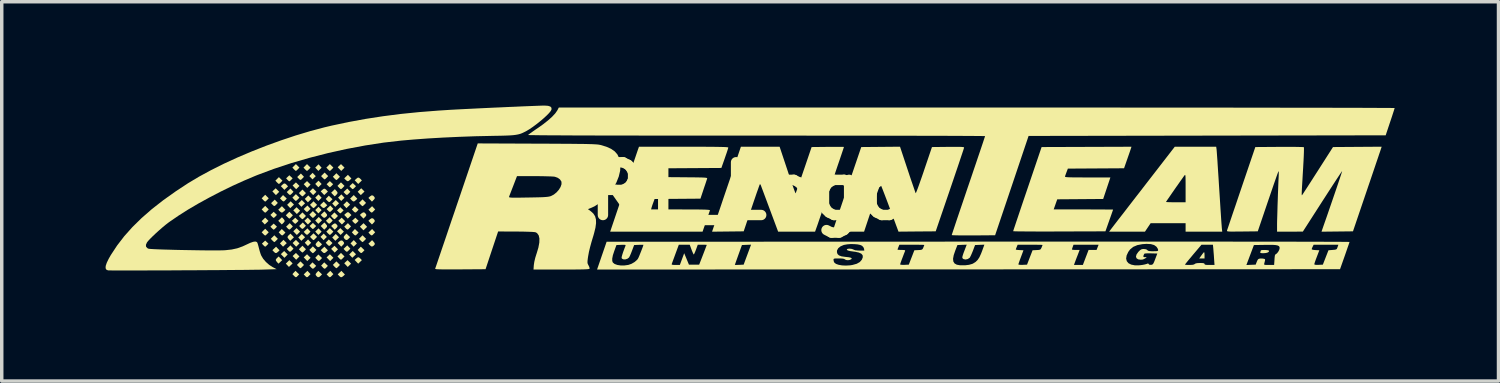
<source format=kicad_pcb>
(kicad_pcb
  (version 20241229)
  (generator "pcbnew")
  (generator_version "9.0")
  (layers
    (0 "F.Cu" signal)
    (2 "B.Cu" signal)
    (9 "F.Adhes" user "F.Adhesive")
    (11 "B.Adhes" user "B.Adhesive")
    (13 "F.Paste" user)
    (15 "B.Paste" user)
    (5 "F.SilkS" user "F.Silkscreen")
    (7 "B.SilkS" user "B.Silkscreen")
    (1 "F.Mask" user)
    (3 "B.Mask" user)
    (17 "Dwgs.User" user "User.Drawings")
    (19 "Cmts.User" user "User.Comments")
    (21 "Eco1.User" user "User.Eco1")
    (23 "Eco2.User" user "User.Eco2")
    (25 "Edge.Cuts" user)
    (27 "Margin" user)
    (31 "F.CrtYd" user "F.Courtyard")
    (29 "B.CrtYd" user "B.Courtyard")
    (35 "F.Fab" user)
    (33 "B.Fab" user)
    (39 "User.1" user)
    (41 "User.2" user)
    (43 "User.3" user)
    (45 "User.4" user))
  (footprint "RT_Logo"
    (layer "F.Cu")
    (at 18.613 2.472)
    (property "Reference" "RT_Logo" (at 0 0 0) (layer "F.SilkS") (effects (font (size 1.524 1.524) (thickness 0.3))))
    (attr board_only exclude_from_pos_files exclude_from_bom)
    (fp_poly (pts (xy -13.907 0.86) (xy -13.96 0.912) (xy -14.014 0.963) (xy -14.059 0.915) (xy -14.104 0.867) (xy -14.002 0.765)) (stroke (width 0) (type solid)) (fill yes) (layer "F.SilkS"))
    (fp_poly (pts (xy -13.379 1.502) (xy -13.432 1.553) (xy -13.486 1.604) (xy -13.531 1.557) (xy -13.576 1.509) (xy -13.474 1.407)) (stroke (width 0) (type solid)) (fill yes) (layer "F.SilkS"))
    (fp_poly (pts (xy -13.352 1.83) (xy -13.447 1.926) (xy -13.498 1.872) (xy -13.55 1.819) (xy -13.502 1.774) (xy -13.454 1.729)) (stroke (width 0) (type solid)) (fill yes) (layer "F.SilkS"))
    (fp_poly (pts (xy -13.209 2.087) (xy -13.262 2.138) (xy -13.316 2.189) (xy -13.361 2.142) (xy -13.406 2.094) (xy -13.304 1.992)) (stroke (width 0) (type solid)) (fill yes) (layer "F.SilkS"))
    (fp_poly (pts (xy -13.171 0.388) (xy -13.225 0.44) (xy -13.278 0.491) (xy -13.323 0.443) (xy -13.368 0.395) (xy -13.266 0.293)) (stroke (width 0) (type solid)) (fill yes) (layer "F.SilkS"))
    (fp_poly (pts (xy -13.063 -0.202) (xy -13.012 -0.151) (xy -13.107 -0.056) (xy -13.159 -0.109) (xy -13.21 -0.163) (xy -13.114 -0.253)) (stroke (width 0) (type solid)) (fill yes) (layer "F.SilkS"))
    (fp_poly (pts (xy -13.063 1.459) (xy -13.012 1.51) (xy -13.107 1.605) (xy -13.159 1.551) (xy -13.21 1.498) (xy -13.114 1.408)) (stroke (width 0) (type solid)) (fill yes) (layer "F.SilkS"))
    (fp_poly (pts (xy -13.012 1.887) (xy -13.06 1.935) (xy -13.107 1.982) (xy -13.21 1.875) (xy -13.162 1.83) (xy -13.114 1.785)) (stroke (width 0) (type solid)) (fill yes) (layer "F.SilkS"))
    (fp_poly (pts (xy -12.85 0.351) (xy -12.904 0.402) (xy -12.957 0.453) (xy -13.002 0.405) (xy -13.047 0.358) (xy -12.945 0.256)) (stroke (width 0) (type solid)) (fill yes) (layer "F.SilkS"))
    (fp_poly (pts (xy -12.661 0.219) (xy -12.715 0.27) (xy -12.769 0.321) (xy -12.814 0.273) (xy -12.859 0.225) (xy -12.757 0.124)) (stroke (width 0) (type solid)) (fill yes) (layer "F.SilkS"))
    (fp_poly (pts (xy -12.522 0.019) (xy -12.617 0.114) (xy -12.668 0.06) (xy -12.719 0.007) (xy -12.671 -0.038) (xy -12.623 -0.083)) (stroke (width 0) (type solid)) (fill yes) (layer "F.SilkS"))
    (fp_poly (pts (xy -12.417 -0.727) (xy -12.372 -0.678) (xy -12.466 -0.584) (xy -12.511 -0.632) (xy -12.557 -0.68) (xy -12.462 -0.775)) (stroke (width 0) (type solid)) (fill yes) (layer "F.SilkS"))
    (fp_poly (pts (xy -12.417 -0.255) (xy -12.372 -0.207) (xy -12.466 -0.112) (xy -12.511 -0.16) (xy -12.557 -0.209) (xy -12.462 -0.303)) (stroke (width 0) (type solid)) (fill yes) (layer "F.SilkS"))
    (fp_poly (pts (xy -12.082 1.874) (xy -12.031 1.925) (xy -12.126 2.02) (xy -12.177 1.966) (xy -12.229 1.913) (xy -12.133 1.823)) (stroke (width 0) (type solid)) (fill yes) (layer "F.SilkS"))
    (fp_poly (pts (xy -11.899 1.679) (xy -11.946 1.727) (xy -11.994 1.775) (xy -12.097 1.668) (xy -12.049 1.623) (xy -12.001 1.578)) (stroke (width 0) (type solid)) (fill yes) (layer "F.SilkS"))
    (fp_poly (pts (xy -11.869 0.351) (xy -11.922 0.402) (xy -11.976 0.453) (xy -12.021 0.405) (xy -12.066 0.358) (xy -11.964 0.256)) (stroke (width 0) (type solid)) (fill yes) (layer "F.SilkS"))
    (fp_poly (pts (xy -11.742 0.817) (xy -11.691 0.868) (xy -11.786 0.963) (xy -11.838 0.91) (xy -11.889 0.856) (xy -11.793 0.766)) (stroke (width 0) (type solid)) (fill yes) (layer "F.SilkS"))
    (fp_poly (pts (xy -11.548 0.388) (xy -11.602 0.44) (xy -11.655 0.491) (xy -11.745 0.395) (xy -11.694 0.344) (xy -11.643 0.293)) (stroke (width 0) (type solid)) (fill yes) (layer "F.SilkS"))
    (fp_poly (pts (xy -11.133 0.011) (xy -11.186 0.062) (xy -11.24 0.114) (xy -11.285 0.066) (xy -11.33 0.018) (xy -11.228 -0.084)) (stroke (width 0) (type solid)) (fill yes) (layer "F.SilkS"))
    (fp_poly (pts (xy -13.648 -0.032) (xy -13.597 0.019) (xy -13.692 0.114) (xy -13.744 0.06) (xy -13.795 0.007) (xy -13.747 -0.038) (xy -13.699 -0.083)) (stroke (width 0) (type solid)) (fill yes) (layer "F.SilkS"))
    (fp_poly (pts (xy -13.044 0.515) (xy -12.993 0.566) (xy -13.041 0.614) (xy -13.088 0.661) (xy -13.191 0.554) (xy -13.143 0.509) (xy -13.095 0.464)) (stroke (width 0) (type solid)) (fill yes) (layer "F.SilkS"))
    (fp_poly (pts (xy -13.044 1.119) (xy -12.993 1.17) (xy -13.088 1.265) (xy -13.14 1.212) (xy -13.191 1.158) (xy -13.143 1.113) (xy -13.095 1.068)) (stroke (width 0) (type solid)) (fill yes) (layer "F.SilkS"))
    (fp_poly (pts (xy -12.85 1.332) (xy -12.904 1.383) (xy -12.957 1.435) (xy -13.002 1.387) (xy -13.047 1.339) (xy -12.996 1.288) (xy -12.945 1.237)) (stroke (width 0) (type solid)) (fill yes) (layer "F.SilkS"))
    (fp_poly (pts (xy -12.742 -0.24) (xy -12.691 -0.189) (xy -12.787 -0.094) (xy -12.838 -0.147) (xy -12.889 -0.201) (xy -12.841 -0.246) (xy -12.793 -0.291)) (stroke (width 0) (type solid)) (fill yes) (layer "F.SilkS"))
    (fp_poly (pts (xy -12.742 1.874) (xy -12.691 1.925) (xy -12.787 2.02) (xy -12.838 1.966) (xy -12.889 1.913) (xy -12.841 1.868) (xy -12.793 1.823)) (stroke (width 0) (type solid)) (fill yes) (layer "F.SilkS"))
    (fp_poly (pts (xy -12.724 0.817) (xy -12.673 0.868) (xy -12.768 0.963) (xy -12.819 0.91) (xy -12.87 0.856) (xy -12.822 0.811) (xy -12.774 0.766)) (stroke (width 0) (type solid)) (fill yes) (layer "F.SilkS"))
    (fp_poly (pts (xy -12.719 1.444) (xy -12.674 1.492) (xy -12.721 1.539) (xy -12.768 1.586) (xy -12.813 1.538) (xy -12.859 1.49) (xy -12.764 1.395)) (stroke (width 0) (type solid)) (fill yes) (layer "F.SilkS"))
    (fp_poly (pts (xy -12.587 -0.481) (xy -12.541 -0.433) (xy -12.636 -0.339) (xy -12.681 -0.387) (xy -12.726 -0.435) (xy -12.679 -0.482) (xy -12.632 -0.529)) (stroke (width 0) (type solid)) (fill yes) (layer "F.SilkS"))
    (fp_poly (pts (xy -12.417 0.142) (xy -12.372 0.19) (xy -12.466 0.284) (xy -12.511 0.236) (xy -12.557 0.188) (xy -12.509 0.14) (xy -12.462 0.093)) (stroke (width 0) (type solid)) (fill yes) (layer "F.SilkS"))
    (fp_poly (pts (xy -12.417 0.5) (xy -12.372 0.548) (xy -12.466 0.643) (xy -12.511 0.594) (xy -12.557 0.546) (xy -12.509 0.499) (xy -12.462 0.452)) (stroke (width 0) (type solid)) (fill yes) (layer "F.SilkS"))
    (fp_poly (pts (xy -12.417 1.123) (xy -12.372 1.171) (xy -12.466 1.265) (xy -12.511 1.217) (xy -12.557 1.169) (xy -12.509 1.122) (xy -12.462 1.075)) (stroke (width 0) (type solid)) (fill yes) (layer "F.SilkS"))
    (fp_poly (pts (xy -12.36 0.841) (xy -12.413 0.893) (xy -12.467 0.944) (xy -12.512 0.896) (xy -12.557 0.848) (xy -12.506 0.797) (xy -12.455 0.746)) (stroke (width 0) (type solid)) (fill yes) (layer "F.SilkS"))
    (fp_poly (pts (xy -11.869 1.332) (xy -11.922 1.383) (xy -11.976 1.435) (xy -12.021 1.387) (xy -12.066 1.339) (xy -12.015 1.288) (xy -11.964 1.237)) (stroke (width 0) (type solid)) (fill yes) (layer "F.SilkS"))
    (fp_poly (pts (xy -11.78 1.119) (xy -11.729 1.17) (xy -11.824 1.265) (xy -11.875 1.212) (xy -11.927 1.158) (xy -11.879 1.113) (xy -11.831 1.068)) (stroke (width 0) (type solid)) (fill yes) (layer "F.SilkS"))
    (fp_poly (pts (xy -11.761 -0.73) (xy -11.71 -0.679) (xy -11.805 -0.584) (xy -11.857 -0.638) (xy -11.908 -0.691) (xy -11.86 -0.736) (xy -11.812 -0.781)) (stroke (width 0) (type solid)) (fill yes) (layer "F.SilkS"))
    (fp_poly (pts (xy -11.756 0.142) (xy -11.711 0.19) (xy -11.806 0.284) (xy -11.851 0.236) (xy -11.896 0.188) (xy -11.849 0.14) (xy -11.802 0.093)) (stroke (width 0) (type solid)) (fill yes) (layer "F.SilkS"))
    (fp_poly (pts (xy -11.572 2.044) (xy -11.521 2.095) (xy -11.569 2.142) (xy -11.617 2.19) (xy -11.719 2.083) (xy -11.671 2.038) (xy -11.623 1.993)) (stroke (width 0) (type solid)) (fill yes) (layer "F.SilkS"))
    (fp_poly (pts (xy -11.426 1.775) (xy -11.378 1.823) (xy -11.485 1.925) (xy -11.53 1.877) (xy -11.575 1.829) (xy -11.524 1.778) (xy -11.473 1.728)) (stroke (width 0) (type solid)) (fill yes) (layer "F.SilkS"))
    (fp_poly (pts (xy -11.398 1.462) (xy -11.353 1.511) (xy -11.447 1.605) (xy -11.492 1.557) (xy -11.538 1.509) (xy -11.49 1.461) (xy -11.443 1.414)) (stroke (width 0) (type solid)) (fill yes) (layer "F.SilkS"))
    (fp_poly (pts (xy -13.417 1.196) (xy -13.458 1.24) (xy -13.493 1.273) (xy -13.518 1.279) (xy -13.548 1.257) (xy -13.568 1.236) (xy -13.612 1.189) (xy -13.523 1.094)) (stroke (width 0) (type solid)) (fill yes) (layer "F.SilkS"))
    (fp_poly (pts (xy -12.266 1.274) (xy -12.221 1.322) (xy -12.268 1.369) (xy -12.315 1.416) (xy -12.36 1.368) (xy -12.406 1.32) (xy -12.358 1.273) (xy -12.311 1.226)) (stroke (width 0) (type solid)) (fill yes) (layer "F.SilkS"))
    (fp_poly (pts (xy -12.052 0.849) (xy -12.096 0.896) (xy -12.133 0.932) (xy -12.159 0.939) (xy -12.187 0.919) (xy -12.206 0.9) (xy -12.247 0.856) (xy -12.141 0.754)) (stroke (width 0) (type solid)) (fill yes) (layer "F.SilkS"))
    (fp_poly (pts (xy -11.109 0.978) (xy -11.058 1.031) (xy -11.111 1.082) (xy -11.164 1.132) (xy -11.215 1.079) (xy -11.266 1.026) (xy -11.213 0.975) (xy -11.16 0.925)) (stroke (width 0) (type solid)) (fill yes) (layer "F.SilkS"))
    (fp_poly (pts (xy -13.681 0.292) (xy -13.637 0.34) (xy -13.681 0.387) (xy -13.718 0.422) (xy -13.744 0.43) (xy -13.772 0.41) (xy -13.791 0.39) (xy -13.832 0.347) (xy -13.726 0.245)) (stroke (width 0) (type solid)) (fill yes) (layer "F.SilkS"))
    (fp_poly (pts (xy -13.638 1.657) (xy -13.587 1.71) (xy -13.63 1.752) (xy -13.673 1.785) (xy -13.707 1.787) (xy -13.744 1.759) (xy -13.753 1.749) (xy -13.794 1.705) (xy -13.688 1.604)) (stroke (width 0) (type solid)) (fill yes) (layer "F.SilkS"))
    (fp_poly (pts (xy -13.392 -0.193) (xy -13.383 -0.183) (xy -13.342 -0.139) (xy -13.395 -0.088) (xy -13.448 -0.038) (xy -13.55 -0.144) (xy -13.506 -0.185) (xy -13.463 -0.219) (xy -13.43 -0.221)) (stroke (width 0) (type solid)) (fill yes) (layer "F.SilkS"))
    (fp_poly (pts (xy -13.379 0.215) (xy -13.42 0.258) (xy -13.455 0.292) (xy -13.481 0.297) (xy -13.51 0.275) (xy -13.53 0.255) (xy -13.575 0.208) (xy -13.53 0.16) (xy -13.486 0.113)) (stroke (width 0) (type solid)) (fill yes) (layer "F.SilkS"))
    (fp_poly (pts (xy -13.247 0.972) (xy -13.203 1.019) (xy -13.247 1.066) (xy -13.284 1.102) (xy -13.31 1.109) (xy -13.338 1.089) (xy -13.357 1.07) (xy -13.398 1.026) (xy -13.292 0.924)) (stroke (width 0) (type solid)) (fill yes) (layer "F.SilkS"))
    (fp_poly (pts (xy -13.229 -0.029) (xy -13.184 0.019) (xy -13.228 0.066) (xy -13.265 0.102) (xy -13.291 0.109) (xy -13.32 0.089) (xy -13.338 0.07) (xy -13.379 0.026) (xy -13.273 -0.076)) (stroke (width 0) (type solid)) (fill yes) (layer "F.SilkS"))
    (fp_poly (pts (xy -13.229 1.613) (xy -13.184 1.661) (xy -13.228 1.708) (xy -13.265 1.743) (xy -13.291 1.751) (xy -13.32 1.731) (xy -13.338 1.711) (xy -13.379 1.668) (xy -13.273 1.566)) (stroke (width 0) (type solid)) (fill yes) (layer "F.SilkS"))
    (fp_poly (pts (xy -12.927 -0.463) (xy -12.882 -0.415) (xy -12.926 -0.368) (xy -12.963 -0.332) (xy -12.989 -0.325) (xy -13.018 -0.345) (xy -13.036 -0.364) (xy -13.077 -0.408) (xy -12.971 -0.51)) (stroke (width 0) (type solid)) (fill yes) (layer "F.SilkS"))
    (fp_poly (pts (xy -12.826 1) (xy -12.87 1.047) (xy -12.907 1.083) (xy -12.932 1.09) (xy -12.961 1.07) (xy -12.98 1.051) (xy -13.021 1.007) (xy -12.968 0.956) (xy -12.915 0.905)) (stroke (width 0) (type solid)) (fill yes) (layer "F.SilkS"))
    (fp_poly (pts (xy -12.693 0.51) (xy -12.738 0.557) (xy -12.774 0.592) (xy -12.8 0.6) (xy -12.829 0.58) (xy -12.848 0.56) (xy -12.889 0.517) (xy -12.836 0.466) (xy -12.782 0.415)) (stroke (width 0) (type solid)) (fill yes) (layer "F.SilkS"))
    (fp_poly (pts (xy -12.53 2.158) (xy -12.571 2.202) (xy -12.606 2.235) (xy -12.631 2.241) (xy -12.661 2.219) (xy -12.681 2.198) (xy -12.725 2.151) (xy -12.681 2.104) (xy -12.636 2.057)) (stroke (width 0) (type solid)) (fill yes) (layer "F.SilkS"))
    (fp_poly (pts (xy -12.241 1.657) (xy -12.19 1.71) (xy -12.234 1.752) (xy -12.277 1.785) (xy -12.31 1.787) (xy -12.347 1.759) (xy -12.357 1.749) (xy -12.398 1.705) (xy -12.292 1.604)) (stroke (width 0) (type solid)) (fill yes) (layer "F.SilkS"))
    (fp_poly (pts (xy -12.191 2.158) (xy -12.232 2.202) (xy -12.266 2.235) (xy -12.292 2.241) (xy -12.322 2.219) (xy -12.341 2.198) (xy -12.386 2.151) (xy -12.341 2.104) (xy -12.297 2.057)) (stroke (width 0) (type solid)) (fill yes) (layer "F.SilkS"))
    (fp_poly (pts (xy -12.077 0.462) (xy -12.033 0.51) (xy -12.077 0.557) (xy -12.114 0.592) (xy -12.14 0.6) (xy -12.168 0.58) (xy -12.187 0.56) (xy -12.228 0.517) (xy -12.122 0.415)) (stroke (width 0) (type solid)) (fill yes) (layer "F.SilkS"))
    (fp_poly (pts (xy -12.058 0.233) (xy -12.099 0.277) (xy -12.134 0.31) (xy -12.16 0.316) (xy -12.189 0.294) (xy -12.209 0.274) (xy -12.254 0.226) (xy -12.209 0.179) (xy -12.165 0.132)) (stroke (width 0) (type solid)) (fill yes) (layer "F.SilkS"))
    (fp_poly (pts (xy -11.587 -0.029) (xy -11.542 0.019) (xy -11.587 0.066) (xy -11.623 0.102) (xy -11.649 0.109) (xy -11.678 0.089) (xy -11.697 0.07) (xy -11.738 0.026) (xy -11.631 -0.076)) (stroke (width 0) (type solid)) (fill yes) (layer "F.SilkS"))
    (fp_poly (pts (xy -11.587 1.613) (xy -11.542 1.661) (xy -11.587 1.708) (xy -11.623 1.743) (xy -11.649 1.751) (xy -11.678 1.731) (xy -11.697 1.711) (xy -11.738 1.668) (xy -11.631 1.566)) (stroke (width 0) (type solid)) (fill yes) (layer "F.SilkS"))
    (fp_poly (pts (xy -11.568 0.972) (xy -11.523 1.019) (xy -11.568 1.066) (xy -11.605 1.102) (xy -11.63 1.109) (xy -11.659 1.089) (xy -11.678 1.07) (xy -11.719 1.026) (xy -11.612 0.924)) (stroke (width 0) (type solid)) (fill yes) (layer "F.SilkS"))
    (fp_poly (pts (xy -11.562 0.638) (xy -11.552 0.648) (xy -11.511 0.691) (xy -11.617 0.793) (xy -11.668 0.74) (xy -11.719 0.686) (xy -11.675 0.645) (xy -11.633 0.612) (xy -11.599 0.609)) (stroke (width 0) (type solid)) (fill yes) (layer "F.SilkS"))
    (fp_poly (pts (xy -11.562 -0.419) (xy -11.511 -0.365) (xy -11.555 -0.324) (xy -11.597 -0.291) (xy -11.631 -0.288) (xy -11.668 -0.317) (xy -11.678 -0.327) (xy -11.719 -0.37) (xy -11.613 -0.472)) (stroke (width 0) (type solid)) (fill yes) (layer "F.SilkS"))
    (fp_poly (pts (xy -11.304 1.196) (xy -11.345 1.24) (xy -11.379 1.273) (xy -11.405 1.279) (xy -11.435 1.257) (xy -11.455 1.236) (xy -11.499 1.189) (xy -11.454 1.141) (xy -11.41 1.094)) (stroke (width 0) (type solid)) (fill yes) (layer "F.SilkS"))
    (fp_poly (pts (xy -10.87 1.141) (xy -10.825 1.189) (xy -10.87 1.236) (xy -10.906 1.272) (xy -10.932 1.279) (xy -10.961 1.259) (xy -10.979 1.24) (xy -11.02 1.196) (xy -10.914 1.094)) (stroke (width 0) (type solid)) (fill yes) (layer "F.SilkS"))
    (fp_poly (pts (xy 13.128 1.773) (xy 13.133 1.813) (xy 13.134 1.848) (xy 13.134 1.944) (xy 12.981 1.944) (xy 13.043 1.857) (xy 13.079 1.808) (xy 13.108 1.773) (xy 13.119 1.762)) (stroke (width 0) (type solid)) (fill yes) (layer "F.SilkS"))
    (fp_poly (pts (xy -13.562 1.94) (xy -13.511 1.993) (xy -13.564 2.044) (xy -13.618 2.095) (xy -13.659 2.051) (xy -13.692 2.008) (xy -13.695 1.975) (xy -13.667 1.938) (xy -13.656 1.928) (xy -13.613 1.887)) (stroke (width 0) (type solid)) (fill yes) (layer "F.SilkS"))
    (fp_poly (pts (xy -13.477 0.798) (xy -13.444 0.841) (xy -13.441 0.874) (xy -13.47 0.912) (xy -13.48 0.921) (xy -13.523 0.962) (xy -13.574 0.909) (xy -13.625 0.856) (xy -13.572 0.805) (xy -13.518 0.754)) (stroke (width 0) (type solid)) (fill yes) (layer "F.SilkS"))
    (fp_poly (pts (xy -13.468 0.487) (xy -13.417 0.54) (xy -13.461 0.582) (xy -13.503 0.615) (xy -13.537 0.617) (xy -13.574 0.589) (xy -13.584 0.579) (xy -13.625 0.535) (xy -13.572 0.485) (xy -13.519 0.434)) (stroke (width 0) (type solid)) (fill yes) (layer "F.SilkS"))
    (fp_poly (pts (xy -13.222 1.28) (xy -13.172 1.333) (xy -13.225 1.384) (xy -13.278 1.435) (xy -13.319 1.391) (xy -13.353 1.348) (xy -13.355 1.315) (xy -13.327 1.277) (xy -13.317 1.268) (xy -13.273 1.227)) (stroke (width 0) (type solid)) (fill yes) (layer "F.SilkS"))
    (fp_poly (pts (xy -13.074 2.353) (xy -13.021 2.404) (xy -13.062 2.447) (xy -13.097 2.481) (xy -13.122 2.486) (xy -13.152 2.464) (xy -13.172 2.444) (xy -13.216 2.397) (xy -13.172 2.349) (xy -13.127 2.302)) (stroke (width 0) (type solid)) (fill yes) (layer "F.SilkS"))
    (fp_poly (pts (xy -13.013 -0.68) (xy -13.058 -0.633) (xy -13.091 -0.601) (xy -13.114 -0.585) (xy -13.115 -0.585) (xy -13.135 -0.597) (xy -13.168 -0.628) (xy -13.172 -0.633) (xy -13.217 -0.68) (xy -13.115 -0.782)) (stroke (width 0) (type solid)) (fill yes) (layer "F.SilkS"))
    (fp_poly (pts (xy -12.738 1.123) (xy -12.693 1.17) (xy -12.738 1.217) (xy -12.774 1.253) (xy -12.8 1.26) (xy -12.829 1.24) (xy -12.848 1.221) (xy -12.889 1.177) (xy -12.836 1.126) (xy -12.782 1.075)) (stroke (width 0) (type solid)) (fill yes) (layer "F.SilkS"))
    (fp_poly (pts (xy -12.738 2.349) (xy -12.693 2.397) (xy -12.738 2.444) (xy -12.774 2.479) (xy -12.8 2.487) (xy -12.829 2.467) (xy -12.848 2.447) (xy -12.889 2.404) (xy -12.836 2.353) (xy -12.782 2.302)) (stroke (width 0) (type solid)) (fill yes) (layer "F.SilkS"))
    (fp_poly (pts (xy -12.523 1.697) (xy -12.567 1.745) (xy -12.601 1.777) (xy -12.623 1.792) (xy -12.625 1.793) (xy -12.644 1.78) (xy -12.677 1.75) (xy -12.682 1.745) (xy -12.726 1.697) (xy -12.625 1.595)) (stroke (width 0) (type solid)) (fill yes) (layer "F.SilkS"))
    (fp_poly (pts (xy -12.413 1.881) (xy -12.36 1.932) (xy -12.401 1.976) (xy -12.436 2.009) (xy -12.462 2.015) (xy -12.491 1.993) (xy -12.511 1.972) (xy -12.556 1.925) (xy -12.511 1.877) (xy -12.467 1.83)) (stroke (width 0) (type solid)) (fill yes) (layer "F.SilkS"))
    (fp_poly (pts (xy -12.26 0.355) (xy -12.209 0.408) (xy -12.253 0.449) (xy -12.296 0.483) (xy -12.329 0.485) (xy -12.366 0.457) (xy -12.376 0.447) (xy -12.417 0.403) (xy -12.364 0.353) (xy -12.311 0.302)) (stroke (width 0) (type solid)) (fill yes) (layer "F.SilkS"))
    (fp_poly (pts (xy -12.251 0.949) (xy -12.217 0.992) (xy -12.215 1.025) (xy -12.243 1.063) (xy -12.253 1.072) (xy -12.297 1.113) (xy -12.347 1.06) (xy -12.398 1.007) (xy -12.345 0.956) (xy -12.292 0.905)) (stroke (width 0) (type solid)) (fill yes) (layer "F.SilkS"))
    (fp_poly (pts (xy -12.241 -0.042) (xy -12.232 -0.032) (xy -12.191 0.012) (xy -12.244 0.063) (xy -12.297 0.113) (xy -12.347 0.06) (xy -12.398 0.007) (xy -12.355 -0.034) (xy -12.312 -0.068) (xy -12.278 -0.07)) (stroke (width 0) (type solid)) (fill yes) (layer "F.SilkS"))
    (fp_poly (pts (xy -12.112 1.447) (xy -12.058 1.498) (xy -12.099 1.541) (xy -12.134 1.575) (xy -12.16 1.581) (xy -12.189 1.559) (xy -12.209 1.538) (xy -12.254 1.491) (xy -12.209 1.443) (xy -12.165 1.396)) (stroke (width 0) (type solid)) (fill yes) (layer "F.SilkS"))
    (fp_poly (pts (xy -12.077 2.349) (xy -12.033 2.397) (xy -12.077 2.444) (xy -12.114 2.479) (xy -12.14 2.487) (xy -12.168 2.467) (xy -12.187 2.447) (xy -12.228 2.404) (xy -12.175 2.353) (xy -12.122 2.302)) (stroke (width 0) (type solid)) (fill yes) (layer "F.SilkS"))
    (fp_poly (pts (xy -12.032 -0.68) (xy -12.077 -0.633) (xy -12.11 -0.601) (xy -12.132 -0.585) (xy -12.134 -0.585) (xy -12.154 -0.597) (xy -12.186 -0.628) (xy -12.191 -0.633) (xy -12.236 -0.68) (xy -12.134 -0.782)) (stroke (width 0) (type solid)) (fill yes) (layer "F.SilkS"))
    (fp_poly (pts (xy -11.949 -0.013) (xy -11.915 0.03) (xy -11.913 0.063) (xy -11.941 0.1) (xy -11.951 0.11) (xy -11.995 0.151) (xy -12.046 0.098) (xy -12.096 0.045) (xy -12.043 -0.006) (xy -11.99 -0.057)) (stroke (width 0) (type solid)) (fill yes) (layer "F.SilkS"))
    (fp_poly (pts (xy -11.9 0.716) (xy -11.945 0.764) (xy -11.978 0.796) (xy -12 0.811) (xy -12.002 0.811) (xy -12.022 0.799) (xy -12.054 0.769) (xy -12.059 0.764) (xy -12.104 0.716) (xy -12.002 0.614)) (stroke (width 0) (type solid)) (fill yes) (layer "F.SilkS"))
    (fp_poly (pts (xy -11.75 2.355) (xy -11.699 2.408) (xy -11.743 2.45) (xy -11.786 2.483) (xy -11.819 2.486) (xy -11.857 2.457) (xy -11.866 2.447) (xy -11.907 2.404) (xy -11.854 2.353) (xy -11.801 2.302)) (stroke (width 0) (type solid)) (fill yes) (layer "F.SilkS"))
    (fp_poly (pts (xy -11.549 1.328) (xy -11.59 1.372) (xy -11.633 1.408) (xy -11.669 1.41) (xy -11.706 1.381) (xy -11.732 1.345) (xy -11.732 1.315) (xy -11.703 1.277) (xy -11.696 1.27) (xy -11.655 1.226)) (stroke (width 0) (type solid)) (fill yes) (layer "F.SilkS"))
    (fp_poly (pts (xy -11.392 0.166) (xy -11.341 0.219) (xy -11.385 0.261) (xy -11.427 0.294) (xy -11.461 0.297) (xy -11.498 0.268) (xy -11.508 0.258) (xy -11.549 0.215) (xy -11.496 0.164) (xy -11.443 0.113)) (stroke (width 0) (type solid)) (fill yes) (layer "F.SilkS"))
    (fp_poly (pts (xy -11.357 0.485) (xy -11.304 0.535) (xy -11.345 0.579) (xy -11.379 0.612) (xy -11.405 0.618) (xy -11.435 0.596) (xy -11.455 0.576) (xy -11.499 0.528) (xy -11.454 0.481) (xy -11.41 0.434)) (stroke (width 0) (type solid)) (fill yes) (layer "F.SilkS"))
    (fp_poly (pts (xy -11.26 -0.363) (xy -11.25 -0.353) (xy -11.209 -0.309) (xy -11.262 -0.258) (xy -11.315 -0.207) (xy -11.366 -0.261) (xy -11.417 -0.314) (xy -11.373 -0.355) (xy -11.331 -0.388) (xy -11.297 -0.391)) (stroke (width 0) (type solid)) (fill yes) (layer "F.SilkS"))
    (fp_poly (pts (xy -11.26 1.94) (xy -11.25 1.95) (xy -11.209 1.993) (xy -11.262 2.044) (xy -11.315 2.095) (xy -11.366 2.042) (xy -11.417 1.988) (xy -11.373 1.947) (xy -11.331 1.914) (xy -11.297 1.911)) (stroke (width 0) (type solid)) (fill yes) (layer "F.SilkS"))
    (fp_poly (pts (xy -11.187 1.655) (xy -11.134 1.705) (xy -11.175 1.749) (xy -11.21 1.782) (xy -11.235 1.788) (xy -11.265 1.766) (xy -11.285 1.746) (xy -11.329 1.698) (xy -11.285 1.651) (xy -11.24 1.604)) (stroke (width 0) (type solid)) (fill yes) (layer "F.SilkS"))
    (fp_poly (pts (xy -10.87 0.481) (xy -10.825 0.528) (xy -10.87 0.576) (xy -10.906 0.611) (xy -10.932 0.619) (xy -10.961 0.598) (xy -10.979 0.579) (xy -11.02 0.535) (xy -10.967 0.485) (xy -10.914 0.434)) (stroke (width 0) (type solid)) (fill yes) (layer "F.SilkS"))
    (fp_poly (pts (xy -13.662 1.026) (xy -13.703 1.07) (xy -13.735 1.1) (xy -13.756 1.113) (xy -13.757 1.113) (xy -13.777 1.101) (xy -13.809 1.071) (xy -13.81 1.07) (xy -13.851 1.026) (xy -13.804 0.981) (xy -13.757 0.937)) (stroke (width 0) (type solid)) (fill yes) (layer "F.SilkS"))
    (fp_poly (pts (xy -13.253 0.646) (xy -13.202 0.697) (xy -13.247 0.745) (xy -13.28 0.777) (xy -13.302 0.792) (xy -13.304 0.793) (xy -13.324 0.78) (xy -13.356 0.75) (xy -13.361 0.745) (xy -13.406 0.697) (xy -13.304 0.595)) (stroke (width 0) (type solid)) (fill yes) (layer "F.SilkS"))
    (fp_poly (pts (xy -12.932 2.08) (xy -12.881 2.131) (xy -12.926 2.179) (xy -12.959 2.211) (xy -12.982 2.226) (xy -12.983 2.227) (xy -13.003 2.214) (xy -13.036 2.184) (xy -13.04 2.179) (xy -13.085 2.131) (xy -12.983 2.029)) (stroke (width 0) (type solid)) (fill yes) (layer "F.SilkS"))
    (fp_poly (pts (xy -12.875 0.005) (xy -12.825 0.056) (xy -12.869 0.103) (xy -12.903 0.135) (xy -12.925 0.151) (xy -12.926 0.151) (xy -12.946 0.139) (xy -12.979 0.108) (xy -12.984 0.103) (xy -13.028 0.056) (xy -12.926 -0.046)) (stroke (width 0) (type solid)) (fill yes) (layer "F.SilkS"))
    (fp_poly (pts (xy -12.555 1.269) (xy -12.504 1.32) (xy -12.549 1.368) (xy -12.582 1.4) (xy -12.604 1.415) (xy -12.606 1.415) (xy -12.626 1.403) (xy -12.658 1.372) (xy -12.663 1.368) (xy -12.708 1.32) (xy -12.606 1.218)) (stroke (width 0) (type solid)) (fill yes) (layer "F.SilkS"))
    (fp_poly (pts (xy -12.504 0.395) (xy -12.549 0.443) (xy -12.582 0.475) (xy -12.604 0.49) (xy -12.606 0.491) (xy -12.626 0.478) (xy -12.658 0.448) (xy -12.663 0.443) (xy -12.708 0.395) (xy -12.657 0.344) (xy -12.606 0.293)) (stroke (width 0) (type solid)) (fill yes) (layer "F.SilkS"))
    (fp_poly (pts (xy -12.413 1.485) (xy -12.36 1.536) (xy -12.401 1.579) (xy -12.445 1.615) (xy -12.481 1.618) (xy -12.518 1.588) (xy -12.544 1.553) (xy -12.543 1.523) (xy -12.514 1.485) (xy -12.508 1.478) (xy -12.467 1.434)) (stroke (width 0) (type solid)) (fill yes) (layer "F.SilkS"))
    (fp_poly (pts (xy -12.413 2.353) (xy -12.36 2.404) (xy -12.401 2.447) (xy -12.445 2.483) (xy -12.481 2.486) (xy -12.518 2.456) (xy -12.544 2.421) (xy -12.543 2.391) (xy -12.514 2.353) (xy -12.508 2.346) (xy -12.467 2.302)) (stroke (width 0) (type solid)) (fill yes) (layer "F.SilkS"))
    (fp_poly (pts (xy -11.961 0.939) (xy -11.921 0.983) (xy -11.918 0.987) (xy -11.911 1.016) (xy -11.929 1.048) (xy -11.946 1.066) (xy -11.994 1.114) (xy -12.045 1.061) (xy -12.097 1.007) (xy -12.048 0.962) (xy -12.002 0.933)) (stroke (width 0) (type solid)) (fill yes) (layer "F.SilkS"))
    (fp_poly (pts (xy -11.894 2.08) (xy -11.843 2.131) (xy -11.888 2.179) (xy -11.921 2.211) (xy -11.944 2.226) (xy -11.945 2.227) (xy -11.965 2.214) (xy -11.998 2.184) (xy -12.002 2.179) (xy -12.047 2.131) (xy -11.945 2.029)) (stroke (width 0) (type solid)) (fill yes) (layer "F.SilkS"))
    (fp_poly (pts (xy -11.843 -0.416) (xy -11.888 -0.368) (xy -11.921 -0.336) (xy -11.944 -0.321) (xy -11.945 -0.321) (xy -11.965 -0.333) (xy -11.998 -0.364) (xy -12.002 -0.368) (xy -12.047 -0.416) (xy -11.996 -0.467) (xy -11.945 -0.518)) (stroke (width 0) (type solid)) (fill yes) (layer "F.SilkS"))
    (fp_poly (pts (xy -11.772 1.43) (xy -11.732 1.474) (xy -11.73 1.478) (xy -11.722 1.506) (xy -11.74 1.538) (xy -11.758 1.557) (xy -11.805 1.605) (xy -11.857 1.551) (xy -11.908 1.498) (xy -11.86 1.452) (xy -11.813 1.423)) (stroke (width 0) (type solid)) (fill yes) (layer "F.SilkS"))
    (fp_poly (pts (xy -11.762 -0.203) (xy -11.711 -0.152) (xy -11.756 -0.104) (xy -11.789 -0.072) (xy -11.812 -0.057) (xy -11.813 -0.057) (xy -11.833 -0.069) (xy -11.866 -0.099) (xy -11.87 -0.104) (xy -11.915 -0.152) (xy -11.813 -0.254)) (stroke (width 0) (type solid)) (fill yes) (layer "F.SilkS"))
    (fp_poly (pts (xy -11.711 1.886) (xy -11.756 1.934) (xy -11.789 1.966) (xy -11.812 1.981) (xy -11.813 1.981) (xy -11.833 1.969) (xy -11.866 1.939) (xy -11.87 1.934) (xy -11.915 1.886) (xy -11.864 1.835) (xy -11.813 1.784)) (stroke (width 0) (type solid)) (fill yes) (layer "F.SilkS"))
    (fp_poly (pts (xy -11.139 1.326) (xy -11.088 1.377) (xy -11.133 1.424) (xy -11.167 1.456) (xy -11.189 1.472) (xy -11.19 1.472) (xy -11.21 1.459) (xy -11.243 1.429) (xy -11.247 1.424) (xy -11.292 1.377) (xy -11.19 1.275)) (stroke (width 0) (type solid)) (fill yes) (layer "F.SilkS"))
    (fp_poly (pts (xy -11.131 0.618) (xy -11.091 0.662) (xy -11.088 0.666) (xy -11.08 0.695) (xy -11.099 0.727) (xy -11.116 0.746) (xy -11.164 0.793) (xy -11.215 0.74) (xy -11.266 0.686) (xy -11.218 0.641) (xy -11.172 0.612)) (stroke (width 0) (type solid)) (fill yes) (layer "F.SilkS"))
    (fp_poly (pts (xy -11.088 0.339) (xy -11.133 0.386) (xy -11.167 0.418) (xy -11.189 0.434) (xy -11.19 0.434) (xy -11.21 0.422) (xy -11.243 0.391) (xy -11.247 0.386) (xy -11.292 0.339) (xy -11.241 0.288) (xy -11.19 0.237)) (stroke (width 0) (type solid)) (fill yes) (layer "F.SilkS"))
    (fp_poly (pts (xy -10.885 0.128) (xy -10.845 0.171) (xy -10.843 0.176) (xy -10.835 0.204) (xy -10.853 0.236) (xy -10.871 0.255) (xy -10.918 0.303) (xy -10.97 0.249) (xy -11.021 0.196) (xy -10.973 0.15) (xy -10.926 0.121)) (stroke (width 0) (type solid)) (fill yes) (layer "F.SilkS"))
    (fp_poly (pts (xy -10.885 0.788) (xy -10.845 0.832) (xy -10.843 0.836) (xy -10.835 0.865) (xy -10.853 0.897) (xy -10.871 0.915) (xy -10.918 0.963) (xy -10.97 0.91) (xy -11.021 0.856) (xy -10.973 0.811) (xy -10.926 0.782)) (stroke (width 0) (type solid)) (fill yes) (layer "F.SilkS"))
    (fp_poly (pts (xy -10.873 1.459) (xy -10.839 1.502) (xy -10.836 1.536) (xy -10.863 1.57) (xy -10.866 1.573) (xy -10.905 1.599) (xy -10.938 1.596) (xy -10.977 1.563) (xy -10.979 1.56) (xy -11.02 1.517) (xy -10.914 1.415)) (stroke (width 0) (type solid)) (fill yes) (layer "F.SilkS"))
    (fp_poly (pts (xy -13.955 1.472) (xy -13.908 1.516) (xy -13.949 1.56) (xy -13.981 1.591) (xy -14.002 1.604) (xy -14.002 1.604) (xy -14.022 1.592) (xy -14.054 1.562) (xy -14.056 1.56) (xy -14.097 1.516) (xy -14.049 1.472) (xy -14.002 1.428)) (stroke (width 0) (type solid)) (fill yes) (layer "F.SilkS"))
    (fp_poly (pts (xy -13.951 0.156) (xy -13.9 0.207) (xy -13.945 0.254) (xy -13.978 0.286) (xy -14.001 0.302) (xy -14.002 0.302) (xy -14.022 0.289) (xy -14.055 0.259) (xy -14.059 0.254) (xy -14.104 0.207) (xy -14.053 0.156) (xy -14.002 0.105)) (stroke (width 0) (type solid)) (fill yes) (layer "F.SilkS"))
    (fp_poly (pts (xy -13.951 0.476) (xy -13.9 0.527) (xy -13.945 0.575) (xy -13.978 0.607) (xy -14.001 0.622) (xy -14.002 0.623) (xy -14.022 0.61) (xy -14.055 0.58) (xy -14.059 0.575) (xy -14.104 0.527) (xy -14.053 0.476) (xy -14.002 0.425)) (stroke (width 0) (type solid)) (fill yes) (layer "F.SilkS"))
    (fp_poly (pts (xy -13.951 1.137) (xy -13.9 1.188) (xy -13.945 1.236) (xy -13.978 1.268) (xy -14.001 1.283) (xy -14.002 1.283) (xy -14.022 1.271) (xy -14.055 1.24) (xy -14.059 1.236) (xy -14.104 1.188) (xy -14.053 1.137) (xy -14.002 1.086)) (stroke (width 0) (type solid)) (fill yes) (layer "F.SilkS"))
    (fp_poly (pts (xy -13.709 0.642) (xy -13.662 0.686) (xy -13.703 0.73) (xy -13.735 0.76) (xy -13.756 0.774) (xy -13.757 0.774) (xy -13.777 0.761) (xy -13.809 0.731) (xy -13.81 0.73) (xy -13.851 0.686) (xy -13.804 0.642) (xy -13.757 0.597)) (stroke (width 0) (type solid)) (fill yes) (layer "F.SilkS"))
    (fp_poly (pts (xy -13.687 1.326) (xy -13.636 1.377) (xy -13.681 1.424) (xy -13.714 1.456) (xy -13.736 1.472) (xy -13.738 1.472) (xy -13.758 1.459) (xy -13.79 1.429) (xy -13.795 1.424) (xy -13.84 1.377) (xy -13.789 1.326) (xy -13.738 1.275)) (stroke (width 0) (type solid)) (fill yes) (layer "F.SilkS"))
    (fp_poly (pts (xy -13.555 -0.354) (xy -13.504 -0.303) (xy -13.549 -0.255) (xy -13.582 -0.223) (xy -13.604 -0.208) (xy -13.606 -0.208) (xy -13.626 -0.22) (xy -13.658 -0.25) (xy -13.663 -0.255) (xy -13.708 -0.303) (xy -13.657 -0.354) (xy -13.606 -0.405)) (stroke (width 0) (type solid)) (fill yes) (layer "F.SilkS"))
    (fp_poly (pts (xy -13.257 -0.415) (xy -13.209 -0.371) (xy -13.25 -0.327) (xy -13.283 -0.296) (xy -13.303 -0.283) (xy -13.304 -0.283) (xy -13.324 -0.295) (xy -13.356 -0.325) (xy -13.357 -0.327) (xy -13.398 -0.371) (xy -13.351 -0.415) (xy -13.304 -0.459)) (stroke (width 0) (type solid)) (fill yes) (layer "F.SilkS"))
    (fp_poly (pts (xy -13.087 0.812) (xy -13.039 0.856) (xy -13.081 0.9) (xy -13.113 0.93) (xy -13.134 0.944) (xy -13.134 0.944) (xy -13.154 0.931) (xy -13.186 0.901) (xy -13.187 0.9) (xy -13.229 0.856) (xy -13.181 0.812) (xy -13.134 0.767)) (stroke (width 0) (type solid)) (fill yes) (layer "F.SilkS"))
    (fp_poly (pts (xy -13.064 0.137) (xy -13.013 0.188) (xy -13.058 0.235) (xy -13.091 0.267) (xy -13.114 0.283) (xy -13.115 0.283) (xy -13.135 0.271) (xy -13.168 0.24) (xy -13.172 0.235) (xy -13.217 0.188) (xy -13.166 0.137) (xy -13.115 0.086)) (stroke (width 0) (type solid)) (fill yes) (layer "F.SilkS"))
    (fp_poly (pts (xy -12.875 0.665) (xy -12.825 0.716) (xy -12.869 0.764) (xy -12.903 0.796) (xy -12.925 0.811) (xy -12.926 0.811) (xy -12.946 0.799) (xy -12.979 0.769) (xy -12.984 0.764) (xy -13.028 0.716) (xy -12.977 0.665) (xy -12.926 0.614)) (stroke (width 0) (type solid)) (fill yes) (layer "F.SilkS"))
    (fp_poly (pts (xy -12.875 1.628) (xy -12.825 1.678) (xy -12.869 1.726) (xy -12.903 1.758) (xy -12.925 1.774) (xy -12.926 1.774) (xy -12.946 1.761) (xy -12.979 1.731) (xy -12.984 1.726) (xy -13.028 1.678) (xy -12.977 1.628) (xy -12.926 1.577)) (stroke (width 0) (type solid)) (fill yes) (layer "F.SilkS"))
    (fp_poly (pts (xy -12.743 -0.731) (xy -12.692 -0.68) (xy -12.737 -0.633) (xy -12.771 -0.601) (xy -12.793 -0.585) (xy -12.794 -0.585) (xy -12.814 -0.597) (xy -12.847 -0.628) (xy -12.851 -0.633) (xy -12.896 -0.68) (xy -12.845 -0.731) (xy -12.794 -0.782)) (stroke (width 0) (type solid)) (fill yes) (layer "F.SilkS"))
    (fp_poly (pts (xy -12.577 0.963) (xy -12.53 1.007) (xy -12.571 1.051) (xy -12.603 1.081) (xy -12.624 1.094) (xy -12.625 1.095) (xy -12.645 1.082) (xy -12.677 1.052) (xy -12.678 1.051) (xy -12.719 1.007) (xy -12.672 0.963) (xy -12.625 0.918)) (stroke (width 0) (type solid)) (fill yes) (layer "F.SilkS"))
    (fp_poly (pts (xy -12.574 0.627) (xy -12.523 0.678) (xy -12.567 0.726) (xy -12.601 0.758) (xy -12.623 0.773) (xy -12.625 0.774) (xy -12.644 0.761) (xy -12.677 0.731) (xy -12.682 0.726) (xy -12.726 0.678) (xy -12.675 0.627) (xy -12.625 0.576)) (stroke (width 0) (type solid)) (fill yes) (layer "F.SilkS"))
    (fp_poly (pts (xy -12.251 0.628) (xy -12.217 0.672) (xy -12.214 0.705) (xy -12.241 0.74) (xy -12.244 0.742) (xy -12.282 0.769) (xy -12.315 0.766) (xy -12.355 0.732) (xy -12.357 0.73) (xy -12.398 0.686) (xy -12.345 0.635) (xy -12.292 0.585)) (stroke (width 0) (type solid)) (fill yes) (layer "F.SilkS"))
    (fp_poly (pts (xy -12.234 -0.486) (xy -12.183 -0.435) (xy -12.228 -0.387) (xy -12.261 -0.355) (xy -12.283 -0.34) (xy -12.285 -0.34) (xy -12.305 -0.352) (xy -12.337 -0.383) (xy -12.342 -0.387) (xy -12.387 -0.435) (xy -12.336 -0.486) (xy -12.285 -0.537)) (stroke (width 0) (type solid)) (fill yes) (layer "F.SilkS"))
    (fp_poly (pts (xy -12.087 -0.245) (xy -12.039 -0.201) (xy -12.08 -0.157) (xy -12.113 -0.127) (xy -12.133 -0.113) (xy -12.134 -0.113) (xy -12.154 -0.126) (xy -12.186 -0.156) (xy -12.187 -0.157) (xy -12.228 -0.201) (xy -12.181 -0.245) (xy -12.134 -0.29)) (stroke (width 0) (type solid)) (fill yes) (layer "F.SilkS"))
    (fp_poly (pts (xy -12.083 1.118) (xy -12.032 1.169) (xy -12.077 1.217) (xy -12.11 1.249) (xy -12.132 1.264) (xy -12.134 1.264) (xy -12.154 1.252) (xy -12.186 1.221) (xy -12.191 1.217) (xy -12.236 1.169) (xy -12.185 1.118) (xy -12.134 1.067)) (stroke (width 0) (type solid)) (fill yes) (layer "F.SilkS"))
    (fp_poly (pts (xy -11.785 0.51) (xy -11.737 0.554) (xy -11.779 0.598) (xy -11.811 0.628) (xy -11.832 0.642) (xy -11.832 0.642) (xy -11.852 0.629) (xy -11.884 0.599) (xy -11.885 0.598) (xy -11.927 0.554) (xy -11.879 0.51) (xy -11.832 0.465)) (stroke (width 0) (type solid)) (fill yes) (layer "F.SilkS"))
    (fp_poly (pts (xy -11.426 -0.189) (xy -11.379 -0.144) (xy -11.42 -0.1) (xy -11.452 -0.07) (xy -11.473 -0.057) (xy -11.473 -0.057) (xy -11.494 -0.069) (xy -11.525 -0.099) (xy -11.527 -0.1) (xy -11.568 -0.144) (xy -11.521 -0.189) (xy -11.473 -0.233)) (stroke (width 0) (type solid)) (fill yes) (layer "F.SilkS"))
    (fp_poly (pts (xy -11.351 0.812) (xy -11.303 0.856) (xy -11.344 0.9) (xy -11.377 0.93) (xy -11.397 0.944) (xy -11.398 0.944) (xy -11.418 0.931) (xy -11.45 0.901) (xy -11.451 0.9) (xy -11.492 0.856) (xy -11.445 0.812) (xy -11.398 0.767)) (stroke (width 0) (type solid)) (fill yes) (layer "F.SilkS"))
    (fp_poly (pts (xy 14.927 1.702) (xy 14.973 1.709) (xy 14.995 1.72) (xy 14.994 1.748) (xy 14.963 1.771) (xy 14.908 1.787) (xy 14.836 1.793) (xy 14.777 1.791) (xy 14.749 1.784) (xy 14.743 1.77) (xy 14.745 1.763) (xy 14.756 1.727) (xy 14.757 1.716) (xy 14.774 1.705) (xy 14.816 1.7) (xy 14.871 1.699)) (stroke (width 0) (type solid)) (fill yes) (layer "F.SilkS"))
    (fp_poly (pts (xy 11.01 -1.241) (xy 10.999 -1.208) (xy 10.979 -1.148) (xy 10.951 -1.067) (xy 10.918 -0.973) (xy 10.903 -0.93) (xy 10.809 -0.661) (xy 9.998 -0.656) (xy 9.186 -0.651) (xy 9.15 -0.557) (xy 9.128 -0.497) (xy 9.11 -0.447) (xy 9.104 -0.429) (xy 9.103 -0.421) (xy 9.109 -0.413) (xy 9.125 -0.408) (xy 9.155 -0.404) (xy 9.203 -0.401) (xy 9.272 -0.399) (xy 9.366 -0.397) (xy 9.488 -0.397) (xy 9.642 -0.396) (xy 9.753 -0.396) (xy 10.414 -0.396) (xy 10.31 -0.085) (xy 10.206 0.226) (xy 9.542 0.231) (xy 8.879 0.236) (xy 8.776 0.528) (xy 9.634 0.528) (xy 9.81 0.528) (xy 9.974 0.529) (xy 10.122 0.529) (xy 10.25 0.53) (xy 10.355 0.531) (xy 10.432 0.531) (xy 10.479 0.532) (xy 10.492 0.533) (xy 10.486 0.552) (xy 10.469 0.6) (xy 10.444 0.672) (xy 10.412 0.762) (xy 10.381 0.849) (xy 10.271 1.161) (xy 8.938 1.165) (xy 8.718 1.166) (xy 8.508 1.166) (xy 8.314 1.166) (xy 8.137 1.165) (xy 7.98 1.164) (xy 7.846 1.163) (xy 7.739 1.162) (xy 7.662 1.16) (xy 7.617 1.158) (xy 7.606 1.156) (xy 7.612 1.136) (xy 7.629 1.083) (xy 7.657 1.001) (xy 7.693 0.892) (xy 7.738 0.759) (xy 7.79 0.604) (xy 7.848 0.432) (xy 7.911 0.245) (xy 7.979 0.046) (xy 8.017 -0.066) (xy 8.427 -1.274) (xy 11.023 -1.283)) (stroke (width 0) (type solid)) (fill yes) (layer "F.SilkS"))
    (fp_poly (pts (xy 13.482 -1.203) (xy 13.485 -1.169) (xy 13.49 -1.102) (xy 13.497 -1.004) (xy 13.506 -0.88) (xy 13.515 -0.733) (xy 13.526 -0.567) (xy 13.538 -0.385) (xy 13.55 -0.192) (xy 13.558 -0.066) (xy 13.571 0.133) (xy 13.583 0.323) (xy 13.594 0.5) (xy 13.605 0.661) (xy 13.614 0.801) (xy 13.622 0.917) (xy 13.629 1.006) (xy 13.633 1.063) (xy 13.635 1.08) (xy 13.645 1.17) (xy 12.587 1.17) (xy 12.587 0.925) (xy 11.577 0.926) (xy 11.413 1.17) (xy 10.377 1.17) (xy 10.533 0.966) (xy 10.572 0.916) (xy 10.631 0.839) (xy 10.709 0.739) (xy 10.803 0.618) (xy 10.91 0.479) (xy 11.028 0.326) (xy 11.039 0.312) (xy 12.021 0.312) (xy 12.038 0.315) (xy 12.087 0.318) (xy 12.161 0.32) (xy 12.253 0.321) (xy 12.304 0.321) (xy 12.587 0.321) (xy 12.587 -0.087) (xy 12.587 -0.221) (xy 12.586 -0.321) (xy 12.585 -0.392) (xy 12.582 -0.437) (xy 12.578 -0.462) (xy 12.571 -0.469) (xy 12.562 -0.463) (xy 12.552 -0.451) (xy 12.526 -0.416) (xy 12.486 -0.359) (xy 12.433 -0.285) (xy 12.373 -0.199) (xy 12.307 -0.106) (xy 12.241 -0.011) (xy 12.178 0.08) (xy 12.121 0.163) (xy 12.073 0.232) (xy 12.039 0.283) (xy 12.022 0.309) (xy 12.021 0.312) (xy 11.039 0.312) (xy 11.155 0.162) (xy 11.289 -0.01) (xy 11.426 -0.188) (xy 11.482 -0.26) (xy 12.274 -1.283) (xy 13.471 -1.283)) (stroke (width 0) (type solid)) (fill yes) (layer "F.SilkS"))
    (fp_poly (pts (xy -1.652 -1.283) (xy -1.426 -1.283) (xy -1.233 -1.282) (xy -1.071 -1.281) (xy -0.938 -1.279) (xy -0.832 -1.277) (xy -0.75 -1.275) (xy -0.691 -1.272) (xy -0.651 -1.268) (xy -0.63 -1.264) (xy -0.624 -1.26) (xy -0.63 -1.234) (xy -0.647 -1.18) (xy -0.672 -1.104) (xy -0.704 -1.012) (xy -0.724 -0.953) (xy -0.824 -0.67) (xy -1.637 -0.665) (xy -2.449 -0.66) (xy -2.496 -0.533) (xy -2.543 -0.406) (xy -1.884 -0.401) (xy -1.708 -0.399) (xy -1.567 -0.398) (xy -1.457 -0.396) (xy -1.373 -0.394) (xy -1.313 -0.391) (xy -1.272 -0.387) (xy -1.248 -0.382) (xy -1.236 -0.376) (xy -1.234 -0.368) (xy -1.235 -0.363) (xy -1.244 -0.334) (xy -1.263 -0.277) (xy -1.289 -0.198) (xy -1.321 -0.105) (xy -1.337 -0.057) (xy -1.428 0.217) (xy -2.09 0.222) (xy -2.753 0.227) (xy -2.791 0.33) (xy -2.815 0.395) (xy -2.834 0.454) (xy -2.842 0.48) (xy -2.854 0.528) (xy -2.001 0.528) (xy -1.793 0.529) (xy -1.619 0.529) (xy -1.478 0.53) (xy -1.367 0.532) (xy -1.282 0.534) (xy -1.221 0.538) (xy -1.181 0.542) (xy -1.16 0.546) (xy -1.154 0.552) (xy -1.154 0.552) (xy -1.162 0.578) (xy -1.181 0.632) (xy -1.207 0.709) (xy -1.239 0.802) (xy -1.264 0.873) (xy -1.367 1.17) (xy -4.036 1.17) (xy -3.652 0.033) (xy -3.584 -0.168) (xy -3.519 -0.361) (xy -3.457 -0.541) (xy -3.401 -0.707) (xy -3.352 -0.854) (xy -3.309 -0.979) (xy -3.275 -1.079) (xy -3.251 -1.15) (xy -3.237 -1.19) (xy -3.236 -1.194) (xy -3.204 -1.283) (xy -1.914 -1.283)) (stroke (width 0) (type solid)) (fill yes) (layer "F.SilkS"))
    (fp_poly (pts (xy 1.085 -0.605) (xy 1.135 -0.453) (xy 1.183 -0.314) (xy 1.225 -0.191) (xy 1.261 -0.088) (xy 1.29 -0.009) (xy 1.31 0.043) (xy 1.32 0.063) (xy 1.32 0.064) (xy 1.329 0.044) (xy 1.347 -0.007) (xy 1.376 -0.086) (xy 1.412 -0.189) (xy 1.454 -0.312) (xy 1.502 -0.45) (xy 1.553 -0.6) (xy 1.557 -0.61) (xy 1.783 -1.274) (xy 2.25 -1.279) (xy 2.379 -1.28) (xy 2.493 -1.28) (xy 2.59 -1.28) (xy 2.662 -1.28) (xy 2.706 -1.278) (xy 2.717 -1.277) (xy 2.711 -1.258) (xy 2.695 -1.208) (xy 2.668 -1.128) (xy 2.633 -1.024) (xy 2.591 -0.899) (xy 2.542 -0.757) (xy 2.489 -0.6) (xy 2.433 -0.433) (xy 2.374 -0.26) (xy 2.314 -0.083) (xy 2.254 0.092) (xy 2.196 0.264) (xy 2.14 0.427) (xy 2.088 0.579) (xy 2.042 0.715) (xy 2.001 0.833) (xy 1.969 0.928) (xy 1.945 0.997) (xy 1.932 1.033) (xy 1.883 1.17) (xy 0.816 1.17) (xy 0.575 0.524) (xy 0.519 0.374) (xy 0.467 0.234) (xy 0.42 0.109) (xy 0.38 0.001) (xy 0.348 -0.083) (xy 0.327 -0.141) (xy 0.317 -0.168) (xy 0.301 -0.197) (xy 0.288 -0.2) (xy 0.279 -0.18) (xy 0.26 -0.128) (xy 0.232 -0.048) (xy 0.195 0.055) (xy 0.153 0.179) (xy 0.105 0.318) (xy 0.054 0.469) (xy 0.048 0.487) (xy -0.179 1.161) (xy -1.093 1.171) (xy -0.837 0.42) (xy -0.775 0.235) (xy -0.709 0.041) (xy -0.642 -0.155) (xy -0.577 -0.346) (xy -0.517 -0.524) (xy -0.464 -0.68) (xy -0.421 -0.807) (xy -0.26 -1.283) (xy 0.859 -1.283)) (stroke (width 0) (type solid)) (fill yes) (layer "F.SilkS"))
    (fp_poly (pts (xy 4.558 -0.618) (xy 4.608 -0.467) (xy 4.655 -0.327) (xy 4.698 -0.203) (xy 4.734 -0.098) (xy 4.762 -0.016) (xy 4.781 0.038) (xy 4.791 0.06) (xy 4.791 0.06) (xy 4.799 0.046) (xy 4.818 -0.000038) (xy 4.847 -0.074) (xy 4.883 -0.173) (xy 4.925 -0.293) (xy 4.973 -0.429) (xy 5.024 -0.578) (xy 5.031 -0.6) (xy 5.26 -1.274) (xy 5.725 -1.279) (xy 5.875 -1.28) (xy 5.991 -1.28) (xy 6.077 -1.279) (xy 6.135 -1.276) (xy 6.171 -1.271) (xy 6.187 -1.264) (xy 6.188 -1.26) (xy 6.182 -1.238) (xy 6.165 -1.184) (xy 6.137 -1.1) (xy 6.1 -0.99) (xy 6.055 -0.855) (xy 6.003 -0.7) (xy 5.944 -0.527) (xy 5.881 -0.34) (xy 5.813 -0.141) (xy 5.778 -0.038) (xy 5.368 1.161) (xy 4.831 1.165) (xy 4.293 1.17) (xy 4.04 0.49) (xy 3.983 0.338) (xy 3.93 0.198) (xy 3.882 0.073) (xy 3.841 -0.033) (xy 3.808 -0.116) (xy 3.785 -0.173) (xy 3.774 -0.198) (xy 3.773 -0.199) (xy 3.764 -0.184) (xy 3.745 -0.136) (xy 3.717 -0.061) (xy 3.681 0.04) (xy 3.638 0.16) (xy 3.591 0.298) (xy 3.54 0.448) (xy 3.529 0.481) (xy 3.299 1.17) (xy 2.848 1.17) (xy 2.699 1.17) (xy 2.584 1.168) (xy 2.501 1.165) (xy 2.444 1.161) (xy 2.411 1.156) (xy 2.398 1.149) (xy 2.398 1.146) (xy 2.404 1.125) (xy 2.421 1.071) (xy 2.449 0.987) (xy 2.486 0.876) (xy 2.531 0.742) (xy 2.583 0.587) (xy 2.642 0.414) (xy 2.705 0.227) (xy 2.773 0.027) (xy 2.808 -0.075) (xy 3.217 -1.274) (xy 3.777 -1.279) (xy 4.337 -1.284)) (stroke (width 0) (type solid)) (fill yes) (layer "F.SilkS"))
    (fp_poly (pts (xy 18.237 -1.241) (xy 18.229 -1.216) (xy 18.21 -1.159) (xy 18.18 -1.072) (xy 18.142 -0.958) (xy 18.095 -0.821) (xy 18.042 -0.664) (xy 17.983 -0.49) (xy 17.919 -0.301) (xy 17.851 -0.102) (xy 17.823 -0.019) (xy 17.422 1.161) (xy 16.513 1.171) (xy 16.58 0.977) (xy 16.664 0.738) (xy 16.742 0.511) (xy 16.815 0.299) (xy 16.882 0.104) (xy 16.942 -0.071) (xy 16.994 -0.225) (xy 17.037 -0.354) (xy 17.071 -0.456) (xy 17.095 -0.529) (xy 17.107 -0.57) (xy 17.109 -0.579) (xy 17.098 -0.565) (xy 17.068 -0.522) (xy 17.022 -0.453) (xy 16.961 -0.361) (xy 16.887 -0.248) (xy 16.802 -0.117) (xy 16.708 0.028) (xy 16.606 0.186) (xy 16.538 0.291) (xy 15.974 1.169) (xy 15.601 1.17) (xy 15.229 1.17) (xy 15.229 1.003) (xy 15.229 0.935) (xy 15.231 0.837) (xy 15.235 0.713) (xy 15.239 0.571) (xy 15.243 0.417) (xy 15.249 0.257) (xy 15.254 0.097) (xy 15.26 -0.056) (xy 15.265 -0.196) (xy 15.27 -0.316) (xy 15.275 -0.41) (xy 15.275 -0.413) (xy 15.278 -0.488) (xy 15.278 -0.544) (xy 15.274 -0.574) (xy 15.271 -0.577) (xy 15.263 -0.557) (xy 15.243 -0.505) (xy 15.214 -0.424) (xy 15.177 -0.318) (xy 15.132 -0.19) (xy 15.082 -0.044) (xy 15.027 0.117) (xy 14.968 0.289) (xy 14.965 0.298) (xy 14.672 1.161) (xy 14.222 1.166) (xy 14.081 1.167) (xy 13.973 1.168) (xy 13.894 1.168) (xy 13.84 1.166) (xy 13.806 1.162) (xy 13.788 1.156) (xy 13.782 1.148) (xy 13.784 1.137) (xy 13.785 1.131) (xy 13.793 1.107) (xy 13.813 1.05) (xy 13.842 0.964) (xy 13.88 0.851) (xy 13.926 0.714) (xy 13.979 0.558) (xy 14.039 0.383) (xy 14.102 0.195) (xy 14.17 -0.005) (xy 14.199 -0.091) (xy 14.601 -1.274) (xy 15.296 -1.279) (xy 15.454 -1.279) (xy 15.601 -1.279) (xy 15.731 -1.279) (xy 15.84 -1.277) (xy 15.925 -1.275) (xy 15.981 -1.273) (xy 16.004 -1.269) (xy 16.004 -1.269) (xy 16.006 -1.248) (xy 16.006 -1.193) (xy 16.004 -1.11) (xy 16 -1.003) (xy 15.994 -0.878) (xy 15.986 -0.739) (xy 15.983 -0.679) (xy 15.971 -0.483) (xy 15.962 -0.322) (xy 15.954 -0.192) (xy 15.948 -0.089) (xy 15.944 -0.012) (xy 15.942 0.044) (xy 15.941 0.082) (xy 15.942 0.105) (xy 15.944 0.116) (xy 15.947 0.119) (xy 15.951 0.116) (xy 15.952 0.115) (xy 15.965 0.096) (xy 15.996 0.049) (xy 16.043 -0.023) (xy 16.104 -0.117) (xy 16.177 -0.23) (xy 16.259 -0.358) (xy 16.348 -0.497) (xy 16.406 -0.587) (xy 16.845 -1.274) (xy 17.548 -1.279) (xy 18.251 -1.284)) (stroke (width 0) (type solid)) (fill yes) (layer "F.SilkS"))
    (fp_poly (pts (xy 7.226 -2.415) (xy 7.89 -2.415) (xy 8.544 -2.415) (xy 9.186 -2.415) (xy 9.816 -2.415) (xy 10.433 -2.415) (xy 11.035 -2.414) (xy 11.622 -2.414) (xy 12.192 -2.414) (xy 12.745 -2.413) (xy 13.28 -2.413) (xy 13.795 -2.413) (xy 14.29 -2.412) (xy 14.764 -2.412) (xy 15.215 -2.411) (xy 15.642 -2.41) (xy 16.046 -2.41) (xy 16.424 -2.409) (xy 16.776 -2.409) (xy 17.1 -2.408) (xy 17.396 -2.407) (xy 17.662 -2.407) (xy 17.899 -2.406) (xy 18.104 -2.405) (xy 18.276 -2.404) (xy 18.415 -2.404) (xy 18.52 -2.403) (xy 18.589 -2.402) (xy 18.623 -2.401) (xy 18.625 -2.401) (xy 18.62 -2.38) (xy 18.604 -2.328) (xy 18.579 -2.251) (xy 18.548 -2.155) (xy 18.511 -2.044) (xy 18.496 -2) (xy 18.367 -1.613) (xy 13.209 -1.604) (xy 8.051 -1.595) (xy 7.568 -0.16) (xy 7.084 1.274) (xy 6.458 1.279) (xy 6.308 1.279) (xy 6.171 1.279) (xy 6.052 1.278) (xy 5.954 1.276) (xy 5.882 1.274) (xy 5.84 1.271) (xy 5.831 1.268) (xy 5.837 1.248) (xy 5.854 1.196) (xy 5.882 1.112) (xy 5.919 1.002) (xy 5.964 0.866) (xy 6.017 0.709) (xy 6.077 0.532) (xy 6.143 0.338) (xy 6.213 0.131) (xy 6.287 -0.088) (xy 6.312 -0.161) (xy 6.388 -0.383) (xy 6.459 -0.594) (xy 6.527 -0.793) (xy 6.588 -0.975) (xy 6.644 -1.139) (xy 6.692 -1.282) (xy 6.732 -1.401) (xy 6.762 -1.493) (xy 6.783 -1.556) (xy 6.793 -1.587) (xy 6.793 -1.59) (xy 6.775 -1.591) (xy 6.72 -1.592) (xy 6.63 -1.593) (xy 6.506 -1.594) (xy 6.35 -1.595) (xy 6.163 -1.596) (xy 5.946 -1.597) (xy 5.701 -1.598) (xy 5.429 -1.598) (xy 5.131 -1.599) (xy 4.81 -1.6) (xy 4.465 -1.601) (xy 4.099 -1.601) (xy 3.712 -1.602) (xy 3.307 -1.602) (xy 2.884 -1.603) (xy 2.446 -1.603) (xy 1.992 -1.603) (xy 1.525 -1.604) (xy 1.046 -1.604) (xy 0.556 -1.604) (xy 0.188 -1.604) (xy -0.492 -1.604) (xy -1.135 -1.604) (xy -1.741 -1.604) (xy -2.31 -1.605) (xy -2.843 -1.605) (xy -3.339 -1.606) (xy -3.798 -1.607) (xy -4.22 -1.607) (xy -4.605 -1.608) (xy -4.953 -1.609) (xy -5.264 -1.61) (xy -5.538 -1.612) (xy -5.774 -1.613) (xy -5.973 -1.614) (xy -6.135 -1.616) (xy -6.259 -1.618) (xy -6.346 -1.619) (xy -6.395 -1.621) (xy -6.407 -1.623) (xy -6.388 -1.639) (xy -6.343 -1.673) (xy -6.278 -1.719) (xy -6.198 -1.775) (xy -6.137 -1.816) (xy -5.973 -1.932) (xy -5.831 -2.044) (xy -5.714 -2.149) (xy -5.625 -2.244) (xy -5.567 -2.326) (xy -5.565 -2.33) (xy -5.52 -2.415) (xy 6.553 -2.415)) (stroke (width 0) (type solid)) (fill yes) (layer "F.SilkS"))
    (fp_poly (pts (xy -6.153 -1.372) (xy -5.855 -1.371) (xy -5.593 -1.37) (xy -5.364 -1.368) (xy -5.165 -1.367) (xy -4.995 -1.365) (xy -4.85 -1.364) (xy -4.728 -1.362) (xy -4.627 -1.359) (xy -4.545 -1.357) (xy -4.479 -1.353) (xy -4.426 -1.35) (xy -4.384 -1.346) (xy -4.352 -1.341) (xy -4.326 -1.336) (xy -4.32 -1.335) (xy -4.148 -1.284) (xy -4.011 -1.223) (xy -3.905 -1.149) (xy -3.827 -1.06) (xy -3.776 -0.953) (xy -3.747 -0.824) (xy -3.74 -0.752) (xy -3.748 -0.591) (xy -3.788 -0.422) (xy -3.856 -0.251) (xy -3.949 -0.084) (xy -4.062 0.074) (xy -4.192 0.217) (xy -4.335 0.34) (xy -4.488 0.438) (xy -4.576 0.479) (xy -4.678 0.52) (xy -4.589 0.586) (xy -4.52 0.65) (xy -4.472 0.725) (xy -4.447 0.816) (xy -4.444 0.925) (xy -4.462 1.058) (xy -4.501 1.216) (xy -4.52 1.283) (xy -4.575 1.465) (xy -4.617 1.619) (xy -4.649 1.752) (xy -4.671 1.871) (xy -4.681 1.934) (xy -4.69 2.009) (xy -4.692 2.059) (xy -4.686 2.096) (xy -4.669 2.131) (xy -4.661 2.146) (xy -4.638 2.194) (xy -4.63 2.232) (xy -4.631 2.239) (xy -4.639 2.245) (xy -4.661 2.251) (xy -4.699 2.255) (xy -4.756 2.258) (xy -4.836 2.261) (xy -4.941 2.262) (xy -5.074 2.264) (xy -5.239 2.264) (xy -5.439 2.264) (xy -6.251 2.264) (xy -6.242 2.136) (xy -6.228 2.043) (xy -6.201 1.928) (xy -6.162 1.802) (xy -6.161 1.802) (xy -6.11 1.631) (xy -6.083 1.486) (xy -6.08 1.368) (xy -6.101 1.277) (xy -6.147 1.214) (xy -6.183 1.191) (xy -6.22 1.183) (xy -6.293 1.177) (xy -6.402 1.173) (xy -6.546 1.169) (xy -6.724 1.167) (xy -6.751 1.167) (xy -7.273 1.165) (xy -7.455 1.71) (xy -7.636 2.255) (xy -8.368 2.26) (xy -8.56 2.261) (xy -8.717 2.261) (xy -8.842 2.261) (xy -8.938 2.259) (xy -9.008 2.257) (xy -9.055 2.254) (xy -9.082 2.249) (xy -9.092 2.243) (xy -9.092 2.241) (xy -9.085 2.22) (xy -9.066 2.166) (xy -9.037 2.081) (xy -8.999 1.968) (xy -8.951 1.828) (xy -8.896 1.665) (xy -8.833 1.481) (xy -8.764 1.278) (xy -8.69 1.058) (xy -8.611 0.825) (xy -8.527 0.58) (xy -8.473 0.419) (xy -8.387 0.168) (xy -6.958 0.168) (xy -6.954 0.176) (xy -6.94 0.181) (xy -6.912 0.185) (xy -6.867 0.188) (xy -6.799 0.189) (xy -6.706 0.188) (xy -6.584 0.187) (xy -6.428 0.184) (xy -6.405 0.184) (xy -6.238 0.181) (xy -6.104 0.178) (xy -5.999 0.175) (xy -5.918 0.17) (xy -5.857 0.165) (xy -5.81 0.158) (xy -5.773 0.15) (xy -5.748 0.142) (xy -5.663 0.098) (xy -5.584 0.034) (xy -5.518 -0.041) (xy -5.469 -0.122) (xy -5.442 -0.2) (xy -5.443 -0.269) (xy -5.446 -0.278) (xy -5.486 -0.339) (xy -5.556 -0.388) (xy -5.634 -0.416) (xy -5.673 -0.421) (xy -5.743 -0.425) (xy -5.84 -0.428) (xy -5.956 -0.431) (xy -6.087 -0.433) (xy -6.218 -0.434) (xy -6.728 -0.434) (xy -6.835 -0.156) (xy -6.873 -0.058) (xy -6.907 0.03) (xy -6.934 0.1) (xy -6.951 0.145) (xy -6.956 0.158) (xy -6.958 0.168) (xy -8.387 0.168) (xy -7.862 -1.379)) (stroke (width 0) (type solid)) (fill yes) (layer "F.SilkS"))
    (fp_poly (pts (xy -5.831 -2.465) (xy -5.765 -2.444) (xy -5.732 -2.408) (xy -5.731 -2.356) (xy -5.732 -2.356) (xy -5.755 -2.312) (xy -5.804 -2.253) (xy -5.875 -2.181) (xy -5.962 -2.101) (xy -6.06 -2.018) (xy -6.163 -1.936) (xy -6.268 -1.858) (xy -6.368 -1.79) (xy -6.458 -1.736) (xy -6.473 -1.728) (xy -6.531 -1.699) (xy -6.584 -1.674) (xy -6.638 -1.654) (xy -6.695 -1.639) (xy -6.761 -1.627) (xy -6.84 -1.617) (xy -6.937 -1.61) (xy -7.056 -1.605) (xy -7.202 -1.601) (xy -7.378 -1.598) (xy -7.473 -1.596) (xy -7.936 -1.586) (xy -8.4 -1.569) (xy -8.859 -1.548) (xy -9.303 -1.522) (xy -9.725 -1.491) (xy -10.068 -1.461) (xy -10.582 -1.402) (xy -11.112 -1.32) (xy -11.65 -1.219) (xy -12.191 -1.099) (xy -12.725 -0.962) (xy -13.245 -0.811) (xy -13.745 -0.646) (xy -14.217 -0.47) (xy -14.28 -0.445) (xy -14.613 -0.304) (xy -14.951 -0.151) (xy -15.287 0.013) (xy -15.616 0.184) (xy -15.933 0.358) (xy -16.231 0.533) (xy -16.505 0.707) (xy -16.749 0.874) (xy -16.803 0.913) (xy -16.883 0.975) (xy -16.973 1.05) (xy -17.068 1.133) (xy -17.162 1.218) (xy -17.25 1.301) (xy -17.325 1.376) (xy -17.383 1.438) (xy -17.417 1.481) (xy -17.418 1.482) (xy -17.448 1.552) (xy -17.442 1.608) (xy -17.402 1.649) (xy -17.375 1.662) (xy -17.345 1.667) (xy -17.281 1.672) (xy -17.188 1.677) (xy -17.069 1.682) (xy -16.93 1.687) (xy -16.774 1.691) (xy -16.605 1.696) (xy -16.428 1.7) (xy -16.247 1.703) (xy -16.065 1.706) (xy -15.888 1.709) (xy -15.719 1.711) (xy -15.563 1.711) (xy -15.424 1.712) (xy -15.305 1.711) (xy -15.212 1.709) (xy -15.153 1.706) (xy -14.97 1.686) (xy -14.809 1.651) (xy -14.655 1.596) (xy -14.545 1.545) (xy -14.433 1.493) (xy -14.348 1.463) (xy -14.287 1.455) (xy -14.246 1.468) (xy -14.23 1.487) (xy -14.217 1.522) (xy -14.2 1.582) (xy -14.182 1.651) (xy -14.161 1.731) (xy -14.136 1.81) (xy -14.116 1.861) (xy -14.061 1.953) (xy -13.981 2.046) (xy -13.886 2.13) (xy -13.786 2.195) (xy -13.785 2.195) (xy -13.672 2.254) (xy -14.078 2.267) (xy -14.148 2.269) (xy -14.25 2.27) (xy -14.381 2.272) (xy -14.536 2.274) (xy -14.714 2.276) (xy -14.912 2.277) (xy -15.126 2.279) (xy -15.355 2.281) (xy -15.594 2.282) (xy -15.841 2.284) (xy -16.093 2.285) (xy -16.347 2.286) (xy -16.601 2.288) (xy -16.852 2.289) (xy -17.095 2.29) (xy -17.33 2.29) (xy -17.552 2.291) (xy -17.76 2.291) (xy -17.949 2.291) (xy -18.118 2.291) (xy -18.262 2.291) (xy -18.38 2.291) (xy -18.469 2.29) (xy -18.525 2.289) (xy -18.545 2.288) (xy -18.592 2.267) (xy -18.613 2.224) (xy -18.609 2.159) (xy -18.579 2.069) (xy -18.523 1.953) (xy -18.461 1.845) (xy -18.28 1.57) (xy -18.073 1.301) (xy -17.837 1.037) (xy -17.572 0.777) (xy -17.275 0.518) (xy -16.945 0.26) (xy -16.58 0.001) (xy -16.229 -0.23) (xy -15.916 -0.417) (xy -15.57 -0.605) (xy -15.198 -0.791) (xy -14.804 -0.972) (xy -14.394 -1.146) (xy -13.973 -1.312) (xy -13.547 -1.466) (xy -13.122 -1.608) (xy -12.702 -1.734) (xy -12.293 -1.843) (xy -12.077 -1.894) (xy -11.591 -1.997) (xy -11.101 -2.087) (xy -10.601 -2.164) (xy -10.087 -2.23) (xy -9.551 -2.284) (xy -8.988 -2.328) (xy -8.662 -2.349) (xy -8.534 -2.356) (xy -8.383 -2.364) (xy -8.211 -2.373) (xy -8.024 -2.382) (xy -7.824 -2.392) (xy -7.616 -2.402) (xy -7.404 -2.412) (xy -7.192 -2.421) (xy -6.983 -2.431) (xy -6.782 -2.439) (xy -6.593 -2.448) (xy -6.419 -2.455) (xy -6.265 -2.461) (xy -6.134 -2.466) (xy -6.03 -2.47) (xy -5.958 -2.472) (xy -5.93 -2.472)) (stroke (width 0) (type solid)) (fill yes) (layer "F.SilkS"))
    (fp_poly (pts (xy 10.799 1.457) (xy 11.346 1.457) (xy 11.875 1.457) (xy 12.386 1.457) (xy 12.879 1.458) (xy 13.351 1.458) (xy 13.803 1.458) (xy 14.232 1.459) (xy 14.638 1.459) (xy 15.02 1.459) (xy 15.376 1.46) (xy 15.706 1.46) (xy 16.008 1.461) (xy 16.282 1.462) (xy 16.527 1.462) (xy 16.741 1.463) (xy 16.923 1.464) (xy 17.072 1.464) (xy 17.187 1.465) (xy 17.268 1.466) (xy 17.313 1.467) (xy 17.322 1.467) (xy 17.316 1.488) (xy 17.299 1.54) (xy 17.272 1.616) (xy 17.239 1.712) (xy 17.201 1.822) (xy 17.185 1.868) (xy 17.048 2.255) (xy 6.317 2.26) (xy -4.415 2.265) (xy -4.306 1.948) (xy -3.977 1.948) (xy -3.976 2.019) (xy -3.958 2.063) (xy -3.907 2.104) (xy -3.829 2.132) (xy -3.731 2.147) (xy -3.622 2.146) (xy -3.512 2.131) (xy -3.448 2.109) (xy -2.26 2.109) (xy -2.254 2.122) (xy -2.22 2.13) (xy -2.154 2.132) (xy -2.146 2.132) (xy -2.023 2.132) (xy -2.022 2.129) (xy -0.434 2.129) (xy -0.417 2.131) (xy -0.372 2.131) (xy -0.308 2.129) (xy -0.307 2.129) (xy -0.18 2.123) (xy -0.13 1.987) (xy 2.415 1.987) (xy 2.426 2.037) (xy 2.439 2.063) (xy 2.487 2.101) (xy 2.564 2.128) (xy 2.663 2.145) (xy 2.775 2.15) (xy 2.895 2.143) (xy 2.964 2.132) (xy 3.086 2.098) (xy 3.175 2.048) (xy 3.233 1.982) (xy 3.235 1.979) (xy 3.262 1.908) (xy 3.257 1.851) (xy 3.219 1.807) (xy 3.148 1.774) (xy 3.041 1.751) (xy 2.991 1.745) (xy 2.892 1.731) (xy 2.828 1.714) (xy 2.801 1.693) (xy 2.803 1.679) (xy 2.83 1.665) (xy 2.879 1.661) (xy 2.934 1.667) (xy 2.981 1.681) (xy 2.992 1.688) (xy 3.041 1.707) (xy 3.125 1.716) (xy 3.167 1.717) (xy 3.305 1.717) (xy 3.301 1.688) (xy 4.265 1.688) (xy 4.282 1.694) (xy 4.327 1.697) (xy 4.38 1.698) (xy 4.443 1.7) (xy 4.476 1.705) (xy 4.486 1.716) (xy 4.482 1.731) (xy 4.447 1.819) (xy 4.414 1.907) (xy 4.383 1.988) (xy 4.359 2.056) (xy 4.344 2.101) (xy 4.34 2.116) (xy 4.358 2.125) (xy 4.404 2.129) (xy 4.466 2.129) (xy 4.591 2.123) (xy 4.656 1.953) (xy 5.869 1.953) (xy 5.877 2.032) (xy 5.913 2.089) (xy 5.978 2.125) (xy 6.075 2.142) (xy 6.203 2.142) (xy 6.214 2.142) (xy 6.33 2.128) (xy 6.422 2.102) (xy 6.448 2.09) (xy 6.519 2.046) (xy 6.578 1.989) (xy 6.63 1.911) (xy 6.678 1.806) (xy 6.707 1.731) (xy 6.723 1.687) (xy 7.68 1.687) (xy 7.698 1.693) (xy 7.742 1.699) (xy 7.792 1.702) (xy 7.903 1.708) (xy 7.83 1.904) (xy 7.8 1.984) (xy 7.776 2.052) (xy 7.76 2.099) (xy 7.756 2.117) (xy 7.773 2.125) (xy 7.818 2.129) (xy 7.881 2.129) (xy 8.006 2.123) (xy 8.086 1.915) (xy 8.166 1.708) (xy 8.282 1.702) (xy 8.346 1.698) (xy 8.383 1.689) (xy 8.388 1.686) (xy 9.303 1.686) (xy 9.32 1.692) (xy 9.365 1.697) (xy 9.415 1.698) (xy 9.526 1.698) (xy 9.47 1.845) (xy 9.439 1.924) (xy 9.411 1.998) (xy 9.39 2.055) (xy 9.387 2.062) (xy 9.362 2.132) (xy 9.619 2.132) (xy 9.689 1.948) (xy 10.869 1.948) (xy 10.888 2.023) (xy 10.937 2.082) (xy 11.015 2.122) (xy 11.121 2.143) (xy 11.252 2.142) (xy 11.318 2.134) (xy 14.343 2.134) (xy 14.477 2.128) (xy 14.611 2.123) (xy 14.644 2.038) (xy 14.668 1.985) (xy 14.693 1.959) (xy 14.729 1.948) (xy 14.738 1.947) (xy 14.798 1.946) (xy 14.846 1.953) (xy 14.871 1.96) (xy 14.883 1.972) (xy 14.882 1.997) (xy 14.871 2.045) (xy 14.859 2.09) (xy 14.855 2.111) (xy 14.861 2.124) (xy 14.887 2.13) (xy 14.937 2.132) (xy 14.995 2.132) (xy 15.144 2.132) (xy 15.148 2.076) (xy 15.152 2.022) (xy 15.156 1.953) (xy 15.158 1.925) (xy 15.165 1.862) (xy 15.18 1.828) (xy 15.195 1.82) (xy 15.229 1.794) (xy 15.265 1.747) (xy 15.293 1.693) (xy 15.296 1.678) (xy 16.229 1.678) (xy 16.246 1.689) (xy 16.29 1.698) (xy 16.339 1.702) (xy 16.45 1.708) (xy 16.378 1.897) (xy 16.348 1.976) (xy 16.324 2.044) (xy 16.309 2.092) (xy 16.305 2.11) (xy 16.315 2.123) (xy 16.351 2.129) (xy 16.418 2.129) (xy 16.428 2.129) (xy 16.552 2.123) (xy 16.633 1.915) (xy 16.714 1.708) (xy 16.833 1.698) (xy 16.898 1.692) (xy 16.936 1.683) (xy 16.957 1.665) (xy 16.971 1.632) (xy 16.976 1.618) (xy 17.001 1.547) (xy 16.286 1.547) (xy 16.258 1.603) (xy 16.238 1.647) (xy 16.229 1.677) (xy 16.229 1.678) (xy 15.296 1.678) (xy 15.304 1.645) (xy 15.304 1.645) (xy 15.299 1.612) (xy 15.282 1.587) (xy 15.248 1.57) (xy 15.193 1.558) (xy 15.112 1.552) (xy 15.001 1.551) (xy 14.887 1.552) (xy 14.56 1.557) (xy 14.5 1.717) (xy 14.465 1.81) (xy 14.428 1.908) (xy 14.396 1.994) (xy 14.391 2.006) (xy 14.343 2.134) (xy 11.318 2.134) (xy 11.341 2.131) (xy 11.407 2.118) (xy 11.459 2.104) (xy 11.485 2.093) (xy 11.508 2.089) (xy 11.518 2.105) (xy 11.544 2.127) (xy 11.589 2.129) (xy 11.618 2.124) (xy 11.621 2.122) (xy 12.568 2.122) (xy 12.585 2.127) (xy 12.631 2.131) (xy 12.694 2.132) (xy 12.698 2.132) (xy 12.779 2.129) (xy 12.83 2.118) (xy 12.851 2.104) (xy 12.881 2.087) (xy 12.937 2.078) (xy 13.004 2.076) (xy 13.075 2.077) (xy 13.116 2.084) (xy 13.132 2.096) (xy 13.134 2.104) (xy 13.141 2.119) (xy 13.168 2.128) (xy 13.22 2.132) (xy 13.278 2.132) (xy 13.422 2.132) (xy 13.409 1.948) (xy 13.403 1.853) (xy 13.395 1.758) (xy 13.389 1.679) (xy 13.387 1.656) (xy 13.376 1.547) (xy 13.046 1.547) (xy 12.807 1.829) (xy 12.734 1.917) (xy 12.669 1.994) (xy 12.618 2.057) (xy 12.583 2.101) (xy 12.568 2.121) (xy 12.568 2.122) (xy 11.621 2.122) (xy 11.64 2.11) (xy 11.66 2.082) (xy 11.683 2.031) (xy 11.709 1.963) (xy 11.77 1.802) (xy 11.59 1.797) (xy 11.511 1.796) (xy 11.447 1.798) (xy 11.406 1.803) (xy 11.397 1.806) (xy 11.381 1.835) (xy 11.37 1.863) (xy 11.366 1.894) (xy 11.386 1.905) (xy 11.411 1.907) (xy 11.464 1.907) (xy 11.419 1.944) (xy 11.354 1.975) (xy 11.293 1.981) (xy 11.216 1.97) (xy 11.169 1.938) (xy 11.153 1.89) (xy 11.17 1.828) (xy 11.22 1.757) (xy 11.226 1.75) (xy 11.274 1.703) (xy 11.313 1.68) (xy 11.357 1.671) (xy 11.379 1.671) (xy 11.448 1.68) (xy 11.482 1.704) (xy 11.503 1.721) (xy 11.539 1.731) (xy 11.6 1.736) (xy 11.65 1.736) (xy 11.723 1.735) (xy 11.766 1.731) (xy 11.787 1.722) (xy 11.794 1.706) (xy 11.794 1.699) (xy 11.782 1.661) (xy 11.752 1.615) (xy 11.742 1.603) (xy 11.678 1.557) (xy 11.584 1.53) (xy 11.459 1.523) (xy 11.339 1.531) (xy 11.193 1.559) (xy 11.075 1.609) (xy 10.984 1.683) (xy 10.931 1.755) (xy 10.883 1.858) (xy 10.869 1.948) (xy 9.689 1.948) (xy 9.784 1.699) (xy 9.9 1.699) (xy 10.015 1.698) (xy 10.044 1.623) (xy 10.074 1.547) (xy 9.349 1.547) (xy 9.326 1.61) (xy 9.311 1.655) (xy 9.303 1.684) (xy 9.303 1.686) (xy 8.388 1.686) (xy 8.405 1.671) (xy 8.422 1.637) (xy 8.426 1.629) (xy 8.444 1.584) (xy 8.454 1.557) (xy 8.454 1.555) (xy 8.436 1.552) (xy 8.386 1.55) (xy 8.31 1.549) (xy 8.214 1.548) (xy 8.103 1.547) (xy 8.095 1.547) (xy 7.735 1.547) (xy 7.708 1.613) (xy 7.69 1.658) (xy 7.681 1.685) (xy 7.68 1.687) (xy 6.723 1.687) (xy 6.774 1.546) (xy 6.639 1.551) (xy 6.505 1.557) (xy 6.441 1.727) (xy 6.409 1.804) (xy 6.379 1.871) (xy 6.354 1.917) (xy 6.344 1.929) (xy 6.291 1.962) (xy 6.229 1.975) (xy 6.173 1.963) (xy 6.162 1.956) (xy 6.146 1.942) (xy 6.137 1.925) (xy 6.138 1.898) (xy 6.149 1.856) (xy 6.17 1.792) (xy 6.205 1.701) (xy 6.215 1.674) (xy 6.264 1.546) (xy 6.13 1.551) (xy 5.995 1.557) (xy 5.933 1.717) (xy 5.888 1.849) (xy 5.869 1.953) (xy 4.656 1.953) (xy 4.671 1.915) (xy 4.751 1.708) (xy 4.866 1.702) (xy 4.931 1.698) (xy 4.968 1.689) (xy 4.99 1.671) (xy 5.007 1.637) (xy 5.01 1.629) (xy 5.028 1.584) (xy 5.038 1.557) (xy 5.038 1.555) (xy 5.021 1.552) (xy 4.971 1.55) (xy 4.895 1.549) (xy 4.798 1.548) (xy 4.687 1.547) (xy 4.679 1.547) (xy 4.319 1.547) (xy 4.292 1.613) (xy 4.274 1.658) (xy 4.265 1.686) (xy 4.265 1.688) (xy 3.301 1.688) (xy 3.299 1.667) (xy 3.279 1.62) (xy 3.24 1.578) (xy 3.24 1.578) (xy 3.187 1.554) (xy 3.108 1.538) (xy 3.011 1.53) (xy 2.907 1.529) (xy 2.807 1.537) (xy 2.719 1.553) (xy 2.711 1.555) (xy 2.62 1.594) (xy 2.554 1.647) (xy 2.518 1.71) (xy 2.514 1.76) (xy 2.531 1.816) (xy 2.574 1.856) (xy 2.645 1.883) (xy 2.75 1.898) (xy 2.758 1.899) (xy 2.853 1.909) (xy 2.913 1.922) (xy 2.94 1.938) (xy 2.937 1.958) (xy 2.933 1.962) (xy 2.89 1.986) (xy 2.833 1.995) (xy 2.778 1.989) (xy 2.75 1.974) (xy 2.722 1.957) (xy 2.675 1.948) (xy 2.6 1.944) (xy 2.568 1.944) (xy 2.492 1.944) (xy 2.447 1.947) (xy 2.424 1.956) (xy 2.416 1.971) (xy 2.415 1.987) (xy -0.13 1.987) (xy -0.073 1.834) (xy 0.034 1.546) (xy -0.098 1.551) (xy -0.23 1.557) (xy -0.332 1.84) (xy -0.366 1.936) (xy -0.396 2.019) (xy -0.418 2.083) (xy -0.432 2.12) (xy -0.434 2.129) (xy -2.022 2.129) (xy -1.961 1.963) (xy -1.898 1.793) (xy -1.829 1.958) (xy -1.761 2.123) (xy -1.465 2.123) (xy -1.355 1.84) (xy -1.318 1.744) (xy -1.287 1.662) (xy -1.263 1.598) (xy -1.248 1.56) (xy -1.246 1.552) (xy -1.263 1.55) (xy -1.308 1.548) (xy -1.372 1.547) (xy -1.376 1.547) (xy -1.506 1.547) (xy -1.557 1.689) (xy -1.583 1.755) (xy -1.605 1.804) (xy -1.619 1.829) (xy -1.621 1.83) (xy -1.633 1.814) (xy -1.653 1.771) (xy -1.679 1.708) (xy -1.686 1.689) (xy -1.738 1.547) (xy -2.053 1.547) (xy -2.152 1.816) (xy -2.187 1.912) (xy -2.218 1.995) (xy -2.242 2.061) (xy -2.257 2.101) (xy -2.26 2.109) (xy -3.448 2.109) (xy -3.42 2.099) (xy -3.33 2.047) (xy -3.258 1.984) (xy -3.235 1.953) (xy -3.219 1.923) (xy -3.195 1.868) (xy -3.167 1.798) (xy -3.137 1.723) (xy -3.109 1.651) (xy -3.088 1.593) (xy -3.077 1.556) (xy -3.076 1.551) (xy -3.093 1.549) (xy -3.139 1.549) (xy -3.203 1.551) (xy -3.21 1.551) (xy -3.344 1.557) (xy -3.406 1.722) (xy -3.436 1.799) (xy -3.464 1.864) (xy -3.486 1.907) (xy -3.493 1.918) (xy -3.539 1.953) (xy -3.595 1.971) (xy -3.65 1.971) (xy -3.692 1.952) (xy -3.706 1.932) (xy -3.704 1.901) (xy -3.688 1.84) (xy -3.66 1.754) (xy -3.62 1.646) (xy -3.594 1.58) (xy -3.59 1.562) (xy -3.601 1.553) (xy -3.634 1.549) (xy -3.695 1.55) (xy -3.718 1.551) (xy -3.855 1.557) (xy -3.917 1.727) (xy -3.958 1.851) (xy -3.977 1.948) (xy -4.306 1.948) (xy -4.277 1.863) (xy -4.139 1.462) (xy 6.592 1.458) (xy 7.227 1.457) (xy 7.852 1.457) (xy 8.467 1.457) (xy 9.07 1.457) (xy 9.66 1.457) (xy 10.237 1.457)) (stroke (width 0) (type solid)) (fill yes) (layer "F.SilkS")))
  (gr_rect
    (start -3 -3)
    (end 40.239 7.959)
    (stroke (width 0.1) (type default))
    (fill no)
    (layer "Edge.Cuts")))
</source>
